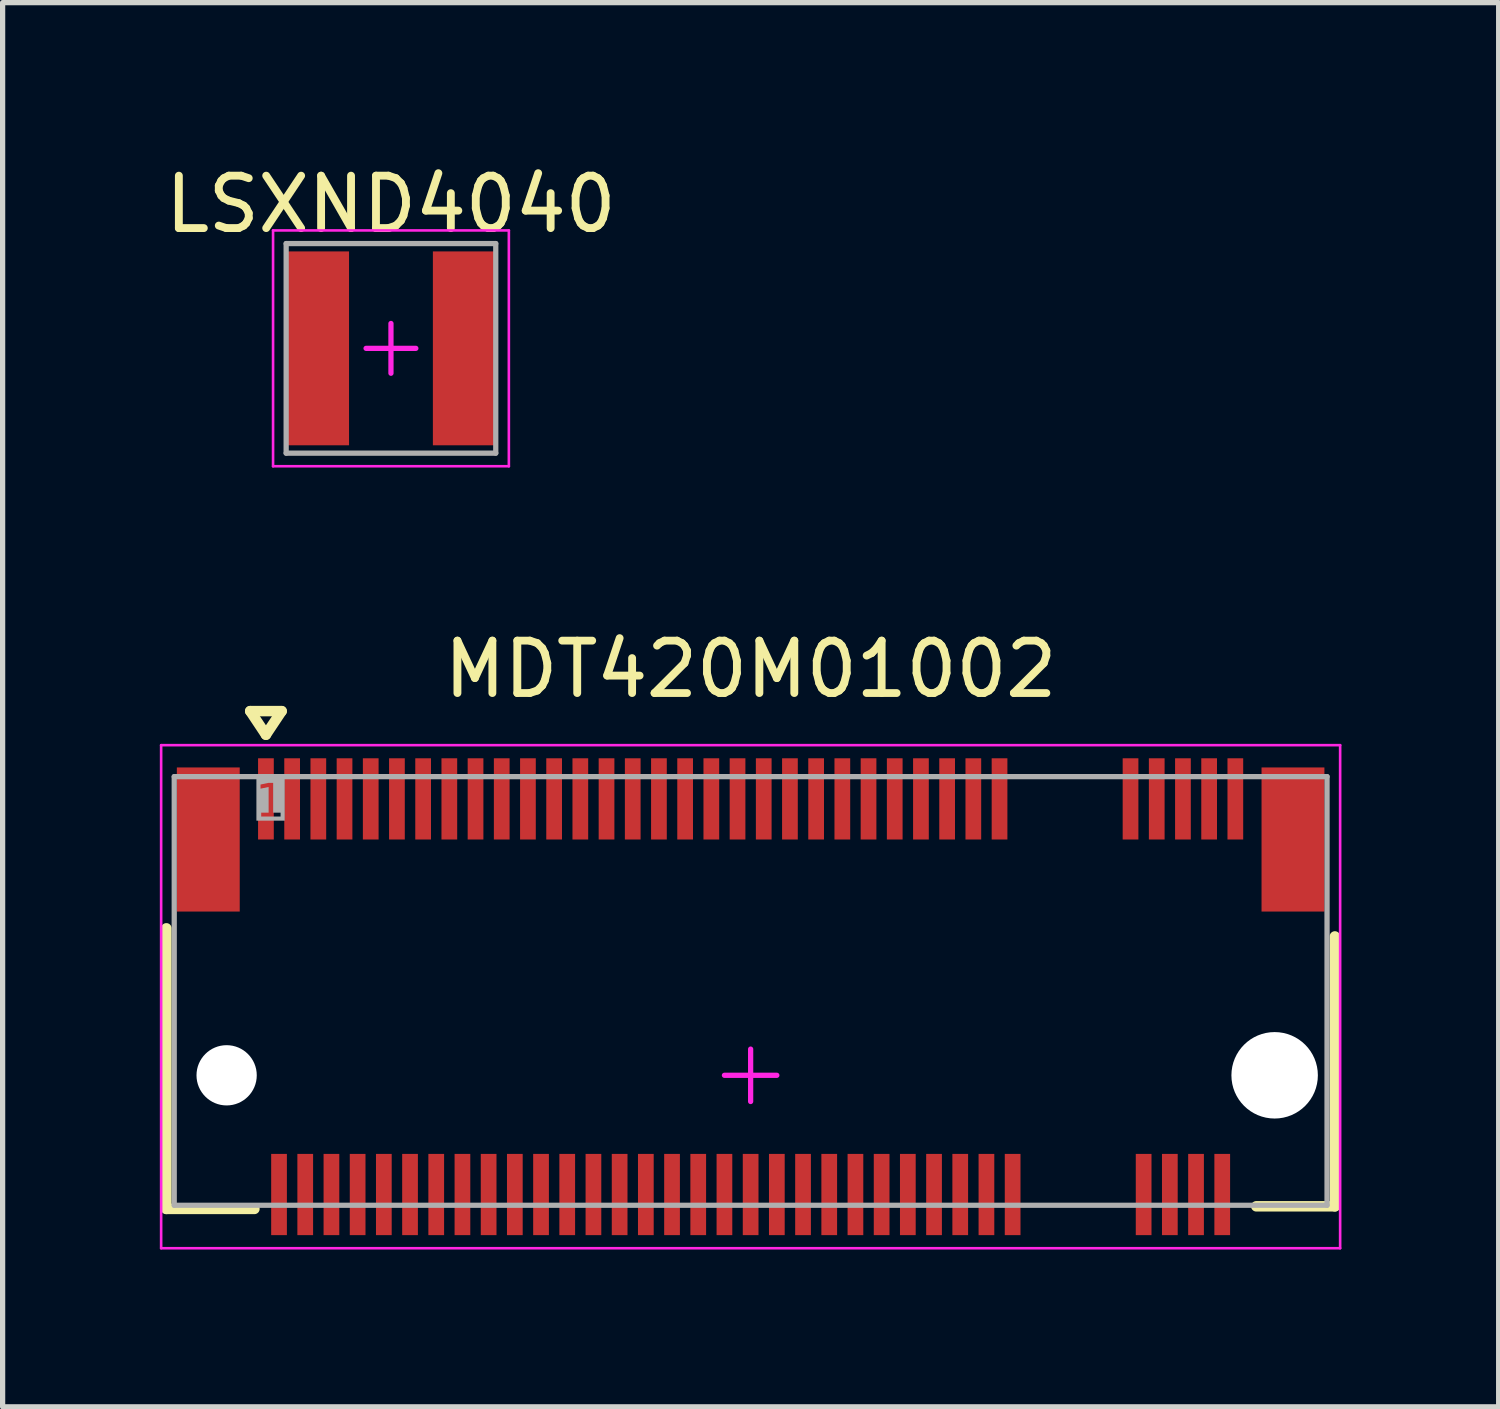
<source format=kicad_pcb>
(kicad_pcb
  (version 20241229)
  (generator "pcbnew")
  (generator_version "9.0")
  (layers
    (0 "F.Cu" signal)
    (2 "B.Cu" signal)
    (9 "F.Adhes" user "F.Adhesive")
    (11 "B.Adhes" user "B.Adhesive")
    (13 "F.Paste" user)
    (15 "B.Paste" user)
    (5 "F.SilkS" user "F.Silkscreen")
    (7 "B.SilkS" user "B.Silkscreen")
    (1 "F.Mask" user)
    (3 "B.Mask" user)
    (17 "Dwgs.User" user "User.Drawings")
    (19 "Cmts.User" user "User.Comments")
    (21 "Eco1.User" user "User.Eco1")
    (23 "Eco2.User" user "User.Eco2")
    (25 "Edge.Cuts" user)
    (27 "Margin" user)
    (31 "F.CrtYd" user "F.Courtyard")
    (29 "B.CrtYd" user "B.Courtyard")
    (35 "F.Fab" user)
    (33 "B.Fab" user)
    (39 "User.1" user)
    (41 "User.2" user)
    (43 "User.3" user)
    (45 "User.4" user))
  (footprint "MDT420M01002"
    (layer "F.Cu")
    (at 11.275 17.471)
    (property "Reference" "MDT420M01002" (at 0 -7.75 0) (layer "F.SilkS") (effects (font (size 1 1) (thickness 0.15))))
    (fp_line (start -11.15 2.55) (end -11.15 -2.805) (stroke (width 0.2) (type solid)) (layer "F.SilkS"))
    (fp_line (start -11.15 2.55) (end -9.47 2.55) (stroke (width 0.2) (type solid)) (layer "F.SilkS"))
    (fp_line (start -9.55 -6.95) (end -9.25 -6.5) (stroke (width 0.2) (type solid)) (layer "F.SilkS"))
    (fp_line (start -9.55 -6.95) (end -8.95 -6.95) (stroke (width 0.2) (type solid)) (layer "F.SilkS"))
    (fp_line (start -9.25 -6.5) (end -8.95 -6.95) (stroke (width 0.2) (type solid)) (layer "F.SilkS"))
    (fp_line (start 9.65 2.5) (end 11.15 2.5) (stroke (width 0.2) (type solid)) (layer "F.SilkS"))
    (fp_line (start 11.15 2.5) (end 11.15 -2.65) (stroke (width 0.2) (type solid)) (layer "F.SilkS"))
    (fp_line (start -11.25 -6.3) (end 11.25 -6.3) (stroke (width 0.05) (type solid)) (layer "F.CrtYd"))
    (fp_line (start -11.25 3.3) (end -11.25 -6.3) (stroke (width 0.05) (type solid)) (layer "F.CrtYd"))
    (fp_line (start -11.25 3.3) (end 11.25 3.3) (stroke (width 0.05) (type solid)) (layer "F.CrtYd"))
    (fp_line (start -0.5 0) (end 0.5 0) (stroke (width 0.1) (type solid)) (layer "F.CrtYd"))
    (fp_line (start 0 0.5) (end 0 -0.5) (stroke (width 0.1) (type solid)) (layer "F.CrtYd"))
    (fp_line (start 11.25 3.3) (end 11.25 -6.3) (stroke (width 0.05) (type solid)) (layer "F.CrtYd"))
    (fp_line (start -11 -5.7) (end 11 -5.7) (stroke (width 0.1) (type solid)) (layer "F.Fab"))
    (fp_line (start -11 2.48) (end -11 -5.7) (stroke (width 0.1) (type solid)) (layer "F.Fab"))
    (fp_line (start -11 2.48) (end 11 2.48) (stroke (width 0.1) (type solid)) (layer "F.Fab"))
    (fp_line (start 11 2.48) (end 11 -5.7) (stroke (width 0.1) (type solid)) (layer "F.Fab"))
    (fp_text user "1" (at -9.45 -5.2 0) (unlocked yes) (layer "F.Fab" knockout) (effects (font (face "Arial") (size 0.63 0.63) (thickness 0.254)) (justify left)))
    (pad "" np_thru_hole circle (at -10 0) (size 1.15 1.15) (drill 1.15) (layers "*.Cu" "*.Mask"))
    (pad "" np_thru_hole circle (at 10 0) (size 1.65 1.65) (drill 1.65) (layers "*.Cu" "*.Mask"))
    (pad "1" smd rect (at -9.25 -5.275) (size 0.3 1.55) (layers "F.Cu" "F.Mask" "F.Paste"))
    (pad "2" smd rect (at -9 2.275) (size 0.3 1.55) (layers "F.Cu" "F.Mask" "F.Paste"))
    (pad "3" smd rect (at -8.75 -5.275) (size 0.3 1.55) (layers "F.Cu" "F.Mask" "F.Paste"))
    (pad "4" smd rect (at -8.5 2.275) (size 0.3 1.55) (layers "F.Cu" "F.Mask" "F.Paste"))
    (pad "5" smd rect (at -8.25 -5.275) (size 0.3 1.55) (layers "F.Cu" "F.Mask" "F.Paste"))
    (pad "6" smd rect (at -8 2.275) (size 0.3 1.55) (layers "F.Cu" "F.Mask" "F.Paste"))
    (pad "7" smd rect (at -7.75 -5.275) (size 0.3 1.55) (layers "F.Cu" "F.Mask" "F.Paste"))
    (pad "8" smd rect (at -7.5 2.275) (size 0.3 1.55) (layers "F.Cu" "F.Mask" "F.Paste"))
    (pad "9" smd rect (at -7.25 -5.275) (size 0.3 1.55) (layers "F.Cu" "F.Mask" "F.Paste"))
    (pad "10" smd rect (at -7 2.275) (size 0.3 1.55) (layers "F.Cu" "F.Mask" "F.Paste"))
    (pad "11" smd rect (at -6.75 -5.275) (size 0.3 1.55) (layers "F.Cu" "F.Mask" "F.Paste"))
    (pad "12" smd rect (at -6.5 2.275) (size 0.3 1.55) (layers "F.Cu" "F.Mask" "F.Paste"))
    (pad "13" smd rect (at -6.25 -5.275) (size 0.3 1.55) (layers "F.Cu" "F.Mask" "F.Paste"))
    (pad "14" smd rect (at -6 2.275) (size 0.3 1.55) (layers "F.Cu" "F.Mask" "F.Paste"))
    (pad "15" smd rect (at -5.75 -5.275) (size 0.3 1.55) (layers "F.Cu" "F.Mask" "F.Paste"))
    (pad "16" smd rect (at -5.5 2.275) (size 0.3 1.55) (layers "F.Cu" "F.Mask" "F.Paste"))
    (pad "17" smd rect (at -5.25 -5.275) (size 0.3 1.55) (layers "F.Cu" "F.Mask" "F.Paste"))
    (pad "18" smd rect (at -5 2.275) (size 0.3 1.55) (layers "F.Cu" "F.Mask" "F.Paste"))
    (pad "19" smd rect (at -4.75 -5.275) (size 0.3 1.55) (layers "F.Cu" "F.Mask" "F.Paste"))
    (pad "20" smd rect (at -4.5 2.275) (size 0.3 1.55) (layers "F.Cu" "F.Mask" "F.Paste"))
    (pad "21" smd rect (at -4.25 -5.275) (size 0.3 1.55) (layers "F.Cu" "F.Mask" "F.Paste"))
    (pad "22" smd rect (at -4 2.275) (size 0.3 1.55) (layers "F.Cu" "F.Mask" "F.Paste"))
    (pad "23" smd rect (at -3.75 -5.275) (size 0.3 1.55) (layers "F.Cu" "F.Mask" "F.Paste"))
    (pad "24" smd rect (at -3.5 2.275) (size 0.3 1.55) (layers "F.Cu" "F.Mask" "F.Paste"))
    (pad "25" smd rect (at -3.25 -5.275) (size 0.3 1.55) (layers "F.Cu" "F.Mask" "F.Paste"))
    (pad "26" smd rect (at -3 2.275) (size 0.3 1.55) (layers "F.Cu" "F.Mask" "F.Paste"))
    (pad "27" smd rect (at -2.75 -5.275) (size 0.3 1.55) (layers "F.Cu" "F.Mask" "F.Paste"))
    (pad "28" smd rect (at -2.5 2.275) (size 0.3 1.55) (layers "F.Cu" "F.Mask" "F.Paste"))
    (pad "29" smd rect (at -2.25 -5.275) (size 0.3 1.55) (layers "F.Cu" "F.Mask" "F.Paste"))
    (pad "30" smd rect (at -2 2.275) (size 0.3 1.55) (layers "F.Cu" "F.Mask" "F.Paste"))
    (pad "31" smd rect (at -1.75 -5.275) (size 0.3 1.55) (layers "F.Cu" "F.Mask" "F.Paste"))
    (pad "32" smd rect (at -1.5 2.275) (size 0.3 1.55) (layers "F.Cu" "F.Mask" "F.Paste"))
    (pad "33" smd rect (at -1.25 -5.275) (size 0.3 1.55) (layers "F.Cu" "F.Mask" "F.Paste"))
    (pad "34" smd rect (at -1 2.275) (size 0.3 1.55) (layers "F.Cu" "F.Mask" "F.Paste"))
    (pad "35" smd rect (at -0.75 -5.275) (size 0.3 1.55) (layers "F.Cu" "F.Mask" "F.Paste"))
    (pad "36" smd rect (at -0.5 2.275) (size 0.3 1.55) (layers "F.Cu" "F.Mask" "F.Paste"))
    (pad "37" smd rect (at -0.25 -5.275) (size 0.3 1.55) (layers "F.Cu" "F.Mask" "F.Paste"))
    (pad "38" smd rect (at 0 2.275) (size 0.3 1.55) (layers "F.Cu" "F.Mask" "F.Paste"))
    (pad "39" smd rect (at 0.25 -5.275) (size 0.3 1.55) (layers "F.Cu" "F.Mask" "F.Paste"))
    (pad "40" smd rect (at 0.5 2.275) (size 0.3 1.55) (layers "F.Cu" "F.Mask" "F.Paste"))
    (pad "41" smd rect (at 0.75 -5.275) (size 0.3 1.55) (layers "F.Cu" "F.Mask" "F.Paste"))
    (pad "42" smd rect (at 1 2.275) (size 0.3 1.55) (layers "F.Cu" "F.Mask" "F.Paste"))
    (pad "43" smd rect (at 1.25 -5.275) (size 0.3 1.55) (layers "F.Cu" "F.Mask" "F.Paste"))
    (pad "44" smd rect (at 1.5 2.275) (size 0.3 1.55) (layers "F.Cu" "F.Mask" "F.Paste"))
    (pad "45" smd rect (at 1.75 -5.275) (size 0.3 1.55) (layers "F.Cu" "F.Mask" "F.Paste"))
    (pad "46" smd rect (at 2 2.275) (size 0.3 1.55) (layers "F.Cu" "F.Mask" "F.Paste"))
    (pad "47" smd rect (at 2.25 -5.275) (size 0.3 1.55) (layers "F.Cu" "F.Mask" "F.Paste"))
    (pad "48" smd rect (at 2.5 2.275) (size 0.3 1.55) (layers "F.Cu" "F.Mask" "F.Paste"))
    (pad "49" smd rect (at 2.75 -5.275) (size 0.3 1.55) (layers "F.Cu" "F.Mask" "F.Paste"))
    (pad "50" smd rect (at 3 2.275) (size 0.3 1.55) (layers "F.Cu" "F.Mask" "F.Paste"))
    (pad "51" smd rect (at 3.25 -5.275) (size 0.3 1.55) (layers "F.Cu" "F.Mask" "F.Paste"))
    (pad "52" smd rect (at 3.5 2.275) (size 0.3 1.55) (layers "F.Cu" "F.Mask" "F.Paste"))
    (pad "53" smd rect (at 3.75 -5.275) (size 0.3 1.55) (layers "F.Cu" "F.Mask" "F.Paste"))
    (pad "54" smd rect (at 4 2.275) (size 0.3 1.55) (layers "F.Cu" "F.Mask" "F.Paste"))
    (pad "55" smd rect (at 4.25 -5.275) (size 0.3 1.55) (layers "F.Cu" "F.Mask" "F.Paste"))
    (pad "56" smd rect (at 4.5 2.275) (size 0.3 1.55) (layers "F.Cu" "F.Mask" "F.Paste"))
    (pad "57" smd rect (at 4.75 -5.275) (size 0.3 1.55) (layers "F.Cu" "F.Mask" "F.Paste"))
    (pad "58" smd rect (at 5 2.275) (size 0.3 1.55) (layers "F.Cu" "F.Mask" "F.Paste"))
    (pad "67" smd rect (at 7.25 -5.275) (size 0.3 1.55) (layers "F.Cu" "F.Mask" "F.Paste"))
    (pad "68" smd rect (at 7.5 2.275) (size 0.3 1.55) (layers "F.Cu" "F.Mask" "F.Paste"))
    (pad "69" smd rect (at 7.75 -5.275) (size 0.3 1.55) (layers "F.Cu" "F.Mask" "F.Paste"))
    (pad "70" smd rect (at 8 2.275) (size 0.3 1.55) (layers "F.Cu" "F.Mask" "F.Paste"))
    (pad "71" smd rect (at 8.25 -5.275) (size 0.3 1.55) (layers "F.Cu" "F.Mask" "F.Paste"))
    (pad "72" smd rect (at 8.5 2.275) (size 0.3 1.55) (layers "F.Cu" "F.Mask" "F.Paste"))
    (pad "73" smd rect (at 8.75 -5.275) (size 0.3 1.55) (layers "F.Cu" "F.Mask" "F.Paste"))
    (pad "74" smd rect (at 9 2.275) (size 0.3 1.55) (layers "F.Cu" "F.Mask" "F.Paste"))
    (pad "75" smd rect (at 9.25 -5.275) (size 0.3 1.55) (layers "F.Cu" "F.Mask" "F.Paste"))
    (pad "S1" smd rect (at -10.35 -4.5) (size 1.2 2.75) (layers "F.Cu" "F.Mask" "F.Paste"))
    (pad "S2" smd rect (at 10.35 -4.5) (size 1.2 2.75) (layers "F.Cu" "F.Mask" "F.Paste")))
  (footprint "LSXND4040"
    (layer "F.Cu")
    (at 4.411 3.598)
    (property "Reference" "LSXND4040" (at 0 -2.75 0) (layer "F.SilkS") (effects (font (size 1 1) (thickness 0.15))))
    (fp_line (start -2.25 -2.25) (end 2.25 -2.25) (stroke (width 0.05) (type solid)) (layer "F.CrtYd"))
    (fp_line (start -2.25 2.25) (end -2.25 -2.25) (stroke (width 0.05) (type solid)) (layer "F.CrtYd"))
    (fp_line (start -2.25 2.25) (end 2.25 2.25) (stroke (width 0.05) (type solid)) (layer "F.CrtYd"))
    (fp_line (start -0.475 0) (end 0.475 0) (stroke (width 0.1) (type solid)) (layer "F.CrtYd"))
    (fp_line (start 0 0.475) (end 0 -0.475) (stroke (width 0.1) (type solid)) (layer "F.CrtYd"))
    (fp_line (start 2.25 2.25) (end 2.25 -2.25) (stroke (width 0.05) (type solid)) (layer "F.CrtYd"))
    (fp_line (start -2 -2) (end 2 -2) (stroke (width 0.1) (type solid)) (layer "F.Fab"))
    (fp_line (start -2 2) (end -2 -2) (stroke (width 0.1) (type solid)) (layer "F.Fab"))
    (fp_line (start -2 2) (end 2 2) (stroke (width 0.1) (type solid)) (layer "F.Fab"))
    (fp_line (start 2 2) (end 2 -2) (stroke (width 0.1) (type solid)) (layer "F.Fab"))
    (pad "1" smd rect (at -1.4 0) (size 1.2 3.7) (layers "F.Cu" "F.Mask" "F.Paste"))
    (pad "2" smd rect (at 1.4 0) (size 1.2 3.7) (layers "F.Cu" "F.Mask" "F.Paste")))
  (gr_rect
    (start -3 -3)
    (end 25.55 23.797)
    (stroke (width 0.1) (type default))
    (fill no)
    (layer "Edge.Cuts")))
</source>
